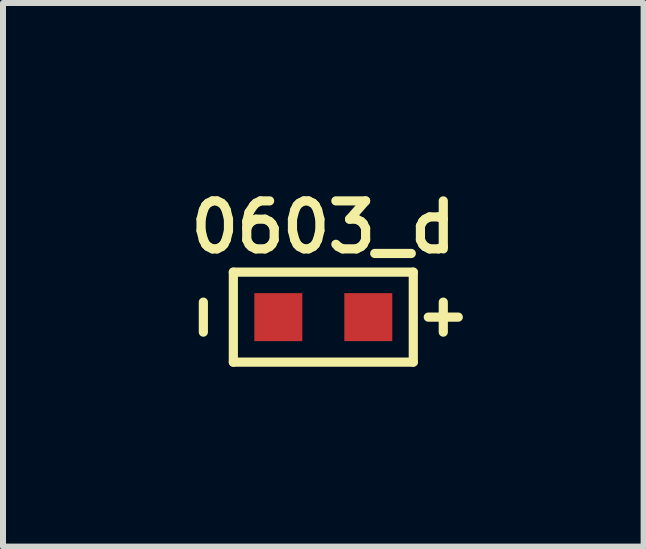
<source format=kicad_pcb>
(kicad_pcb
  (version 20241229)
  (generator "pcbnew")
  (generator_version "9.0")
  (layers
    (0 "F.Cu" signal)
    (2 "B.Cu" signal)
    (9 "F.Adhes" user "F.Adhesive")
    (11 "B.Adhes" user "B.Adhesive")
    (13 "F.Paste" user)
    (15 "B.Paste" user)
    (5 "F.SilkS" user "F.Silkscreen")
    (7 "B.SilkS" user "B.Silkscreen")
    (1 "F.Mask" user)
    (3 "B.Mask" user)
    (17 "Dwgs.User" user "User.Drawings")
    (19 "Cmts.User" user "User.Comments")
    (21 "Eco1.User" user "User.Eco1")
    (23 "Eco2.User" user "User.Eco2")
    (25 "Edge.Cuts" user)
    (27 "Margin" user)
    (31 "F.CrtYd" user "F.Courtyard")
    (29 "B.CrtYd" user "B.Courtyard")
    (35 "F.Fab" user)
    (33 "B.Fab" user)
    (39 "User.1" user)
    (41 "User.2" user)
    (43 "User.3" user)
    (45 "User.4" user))
  (footprint "0603_d"
    (layer "F.Cu")
    (at 2.34 2.237)
    (property "Reference" "0603_d" (at 0 -1.5 0) (layer "F.SilkS") (effects (font (size 0.8 0.8) (thickness 0.153))))
    (attr smd)
    (fp_line (start -2 0.25) (end -2 -0.25) (stroke (width 0.153) (type solid)) (layer "F.SilkS"))
    (fp_line (start -1.5 -0.75) (end -1.5 0.75) (stroke (width 0.153) (type solid)) (layer "F.SilkS"))
    (fp_line (start -1.5 -0.75) (end 1.5 -0.75) (stroke (width 0.153) (type solid)) (layer "F.SilkS"))
    (fp_line (start -1.5 0.75) (end 1.5 0.75) (stroke (width 0.153) (type solid)) (layer "F.SilkS"))
    (fp_line (start 1.5 -0.75) (end 1.5 0.75) (stroke (width 0.153) (type solid)) (layer "F.SilkS"))
    (fp_line (start 1.75 0) (end 2.25 0) (stroke (width 0.153) (type solid)) (layer "F.SilkS"))
    (fp_line (start 2 -0.25) (end 2 0.25) (stroke (width 0.153) (type solid)) (layer "F.SilkS"))
    (pad "1" smd rect (at -0.75 0) (size 0.8 0.8) (layers "F.Cu" "F.Mask" "F.Paste"))
    (pad "2" smd rect (at 0.75 0) (size 0.8 0.8) (layers "F.Cu" "F.Mask" "F.Paste")))
  (gr_rect
    (start -3 -3)
    (end 7.68 6.063)
    (stroke (width 0.1) (type default))
    (fill no)
    (layer "Edge.Cuts")))
</source>
